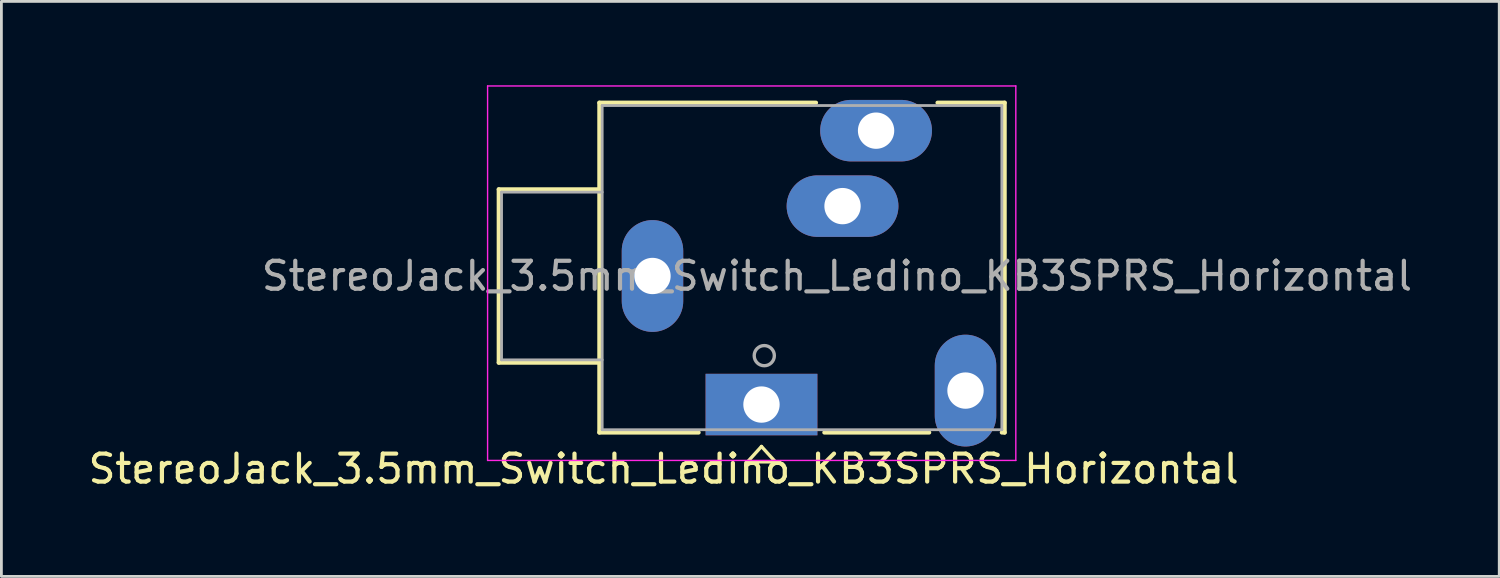
<source format=kicad_pcb>
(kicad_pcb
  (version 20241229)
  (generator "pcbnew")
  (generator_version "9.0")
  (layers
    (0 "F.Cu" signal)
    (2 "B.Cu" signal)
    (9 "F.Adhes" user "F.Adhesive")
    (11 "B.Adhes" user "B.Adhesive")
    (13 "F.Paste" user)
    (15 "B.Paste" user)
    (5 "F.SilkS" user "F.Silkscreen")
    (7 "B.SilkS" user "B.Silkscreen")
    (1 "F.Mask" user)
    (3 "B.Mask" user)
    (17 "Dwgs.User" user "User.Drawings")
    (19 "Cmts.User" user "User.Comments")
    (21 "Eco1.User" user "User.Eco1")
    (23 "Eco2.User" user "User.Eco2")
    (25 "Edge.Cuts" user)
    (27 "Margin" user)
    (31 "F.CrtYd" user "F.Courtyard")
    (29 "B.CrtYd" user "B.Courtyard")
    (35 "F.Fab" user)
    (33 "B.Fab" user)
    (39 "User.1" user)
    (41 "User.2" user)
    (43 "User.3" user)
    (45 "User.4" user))
  (footprint "StereoJack_3.5mm_Switch_Ledino_KB3SPRS_Horizontal"
    (layer "F.Cu")
    (at 24.196 11.425)
    (property "Reference" "StereoJack_3.5mm_Switch_Ledino_KB3SPRS_Horizontal" (at -3.5 2.3 0) (layer "F.SilkS") (effects (font (size 1 1) (thickness 0.15))))
    (attr through_hole)
    (fp_line (start -9.4 -7.7) (end -9.4 -1.5) (stroke (width 0.15) (type solid)) (layer "F.SilkS"))
    (fp_line (start -9.4 -1.5) (end -5.8 -1.5) (stroke (width 0.15) (type solid)) (layer "F.SilkS"))
    (fp_line (start -5.8 -10.8) (end 1.95 -10.8) (stroke (width 0.15) (type solid)) (layer "F.SilkS"))
    (fp_line (start -5.8 -7.7) (end -9.4 -7.7) (stroke (width 0.15) (type solid)) (layer "F.SilkS"))
    (fp_line (start -5.8 1) (end -5.8 -10.8) (stroke (width 0.15) (type solid)) (layer "F.SilkS"))
    (fp_line (start -2.25 1) (end -5.8 1) (stroke (width 0.15) (type solid)) (layer "F.SilkS"))
    (fp_line (start -0.5 2.05) (end 0.5 2.05) (stroke (width 0.12) (type solid)) (layer "F.SilkS"))
    (fp_line (start 0 1.5) (end -0.5 2.05) (stroke (width 0.12) (type solid)) (layer "F.SilkS"))
    (fp_line (start 0.5 2.05) (end 0 1.5) (stroke (width 0.12) (type solid)) (layer "F.SilkS"))
    (fp_line (start 6 1) (end 2.25 1) (stroke (width 0.15) (type solid)) (layer "F.SilkS"))
    (fp_line (start 6.3 -10.8) (end 8.7 -10.8) (stroke (width 0.15) (type solid)) (layer "F.SilkS"))
    (fp_line (start 8.7 -10.8) (end 8.7 1) (stroke (width 0.15) (type solid)) (layer "F.SilkS"))
    (fp_line (start 8.7 1) (end 8.6 1) (stroke (width 0.15) (type solid)) (layer "F.SilkS"))
    (fp_line (start -9.8 -11.4) (end -9.8 2) (stroke (width 0.05) (type solid)) (layer "F.CrtYd"))
    (fp_line (start -9.8 2) (end 9.1 2) (stroke (width 0.05) (type solid)) (layer "F.CrtYd"))
    (fp_line (start 9.1 -11.4) (end -9.8 -11.4) (stroke (width 0.05) (type solid)) (layer "F.CrtYd"))
    (fp_line (start 9.1 2) (end 9.1 -11.4) (stroke (width 0.05) (type solid)) (layer "F.CrtYd"))
    (fp_line (start -9.3 -7.6) (end -9.3 -1.6) (stroke (width 0.1) (type solid)) (layer "F.Fab"))
    (fp_line (start -9.3 -7.6) (end -5.7 -7.6) (stroke (width 0.1) (type solid)) (layer "F.Fab"))
    (fp_line (start -9.3 -1.6) (end -5.7 -1.6) (stroke (width 0.1) (type solid)) (layer "F.Fab"))
    (fp_line (start -5.7 -10.7) (end -5.7 0.9) (stroke (width 0.1) (type solid)) (layer "F.Fab"))
    (fp_line (start -5.7 0.9) (end 8.6 0.9) (stroke (width 0.1) (type solid)) (layer "F.Fab"))
    (fp_line (start 8.6 -10.7) (end -5.7 -10.7) (stroke (width 0.1) (type solid)) (layer "F.Fab"))
    (fp_line (start 8.6 0.9) (end 8.6 -10.7) (stroke (width 0.1) (type solid)) (layer "F.Fab"))
    (fp_circle (center 0.1 -1.75) (end 0.4 -1.55) (stroke (width 0.12) (type solid)) (fill no) (layer "F.Fab"))
    (fp_text user "${REFERENCE}" (at 2.7 -4.6 0) (layer "F.Fab") (effects (font (size 1 1) (thickness 0.15))))
    (pad "R" thru_hole oval (at 4.1 -9.8) (size 4 2.2) (drill 1.3) (layers "*.Cu" "*.Mask"))
    (pad "RN" thru_hole oval (at 2.9 -7.1) (size 4 2.2) (drill 1.3) (layers "*.Cu" "*.Mask"))
    (pad "S" thru_hole oval (at -3.9 -4.6) (size 2.2 4) (drill 1.3) (layers "*.Cu" "*.Mask"))
    (pad "T" thru_hole rect (at 0 0) (size 4 2.2) (drill 1.3) (layers "*.Cu" "*.Mask"))
    (pad "TN" thru_hole oval (at 7.3 -0.5 90) (size 4 2.2) (drill 1.3) (layers "*.Cu" "*.Mask")))
  (gr_rect
    (start -3 -3)
    (end 50.593 17.573)
    (stroke (width 0.1) (type default))
    (fill no)
    (layer "Edge.Cuts")))
</source>
